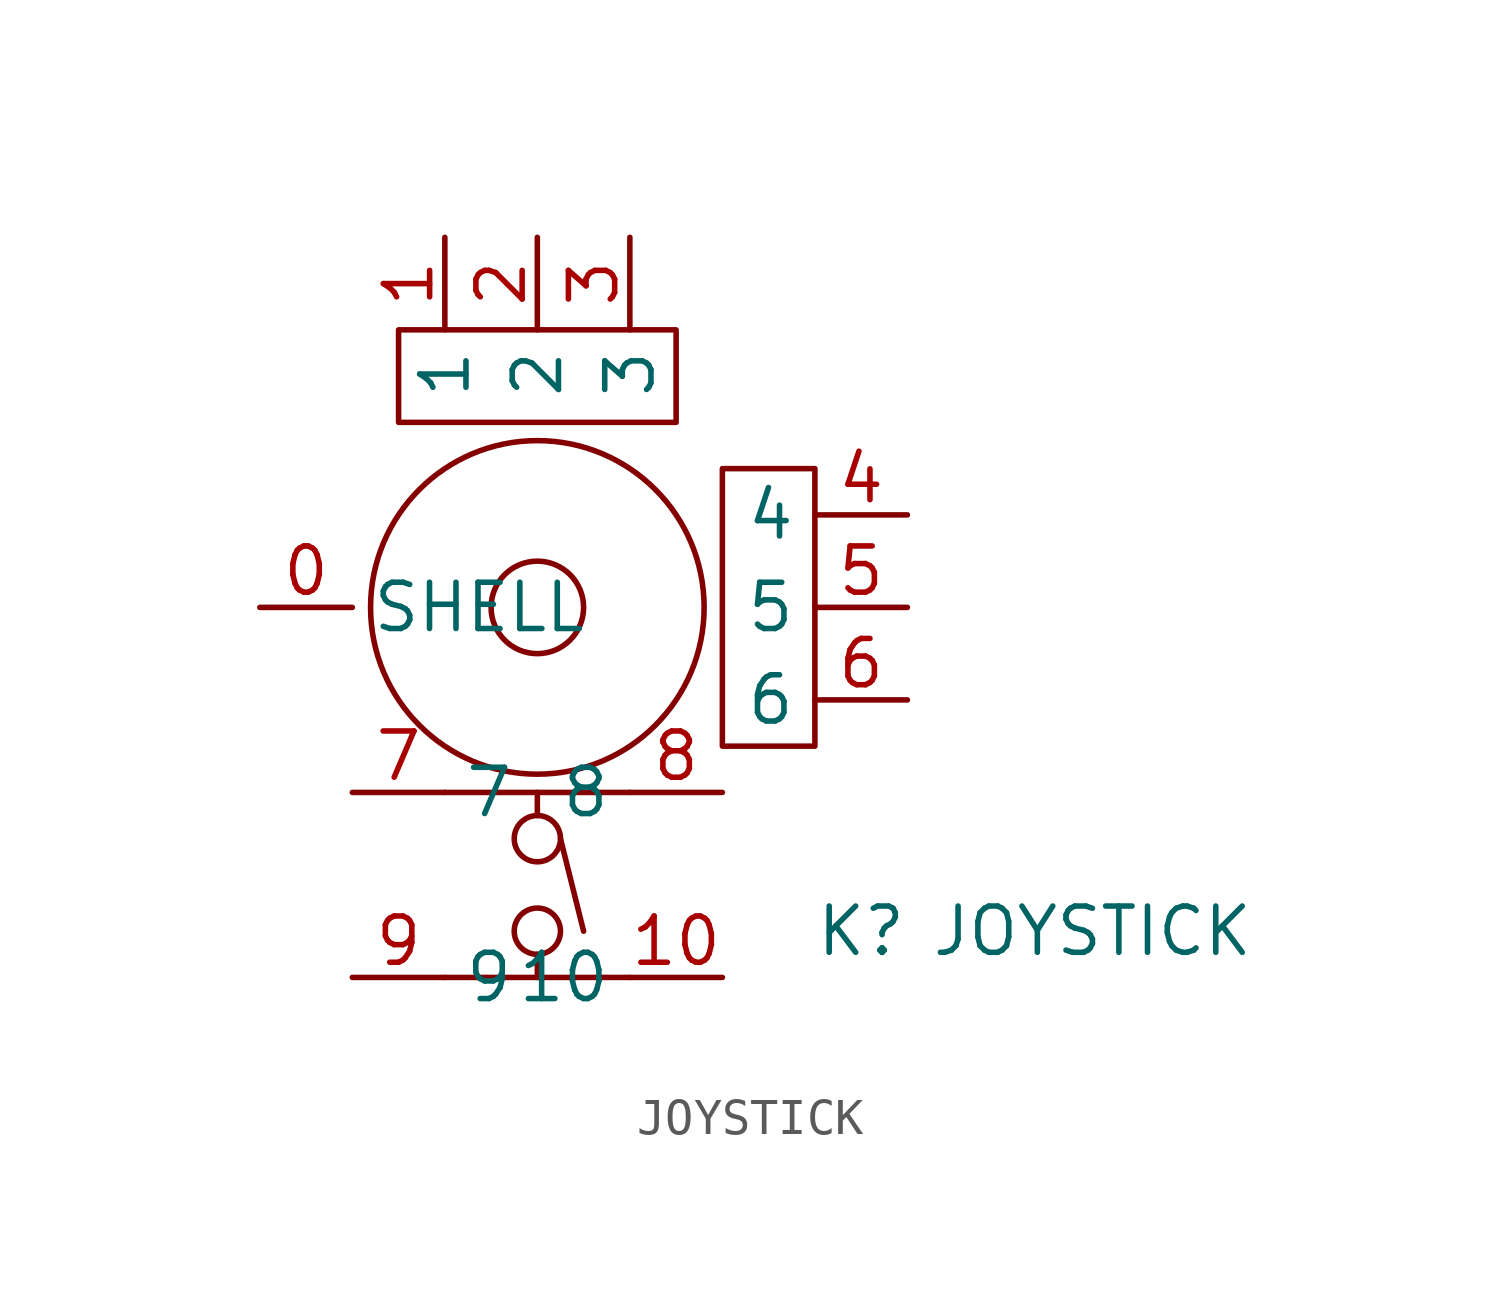
<source format=kicad_sym>
(kicad_symbol_lib
  (version 20220914)
  (generator kicad_symbol_editor)
  (symbol "JOYSTICK"
    (property "Reference" "K"
      (at 8.89 -8.89 0)
      (effects (font (size 1.27 1.27))))
    (property "Value" "JOYSTICK"
      (at 15.24 -8.89 0)
      (effects (font (size 1.27 1.27))))
    (symbol "JOYSTICK_0_1"
      (rectangle (start -3.81 7.62) (end 3.81 5.08) (stroke (width 0) (type default)) (fill (type none)))
      (circle (center 0 -8.89) (radius 0.635) (stroke (width 0) (type default)) (fill (type none)))
      (circle (center 0 -6.35) (radius 0.635) (stroke (width 0) (type default)) (fill (type none)))
      (polyline (pts (xy -2.54 -10.16) (xy 2.54 -10.16)) (stroke (width 0) (type default)) (fill (type none)))
      (polyline (pts (xy -2.54 -5.08) (xy 2.54 -5.08)) (stroke (width 0) (type default)) (fill (type none)))
      (polyline (pts (xy 0 -10.16) (xy 0 -9.525)) (stroke (width 0) (type default)) (fill (type none)))
      (polyline (pts (xy 0 -5.08) (xy 0 -5.715)) (stroke (width 0) (type default)) (fill (type none)))
      (polyline (pts (xy 0.635 -6.35) (xy 1.27 -8.89)) (stroke (width 0) (type default)) (fill (type none)))
      (circle (center 0 0) (radius 1.27) (stroke (width 0) (type default)) (fill (type none)))
      (circle (center 0 0) (radius 4.579) (stroke (width 0) (type default)) (fill (type none)))
      (rectangle (start 5.08 3.81) (end 7.62 -3.81) (stroke (width 0) (type default)) (fill (type none))))
    (symbol "JOYSTICK_1_1"
      (pin bidirectional line (at -7.62 0 0) (length 2.54) (name "SHELL" (effects (font (size 1.27 1.27)))) (number "0" (effects (font (size 1.27 1.27)))))
      (pin bidirectional line (at -2.54 10.16 270) (length 2.54) (name "1" (effects (font (size 1.27 1.27)))) (number "1" (effects (font (size 1.27 1.27)))))
      (pin bidirectional line (at 5.08 -10.16 180) (length 2.54) (name "10" (effects (font (size 1.27 1.27)))) (number "10" (effects (font (size 1.27 1.27)))))
      (pin bidirectional line (at 0 10.16 270) (length 2.54) (name "2" (effects (font (size 1.27 1.27)))) (number "2" (effects (font (size 1.27 1.27)))))
      (pin bidirectional line (at 2.54 10.16 270) (length 2.54) (name "3" (effects (font (size 1.27 1.27)))) (number "3" (effects (font (size 1.27 1.27)))))
      (pin bidirectional line (at 10.16 2.54 180) (length 2.54) (name "4" (effects (font (size 1.27 1.27)))) (number "4" (effects (font (size 1.27 1.27)))))
      (pin bidirectional line (at 10.16 0 180) (length 2.54) (name "5" (effects (font (size 1.27 1.27)))) (number "5" (effects (font (size 1.27 1.27)))))
      (pin bidirectional line (at 10.16 -2.54 180) (length 2.54) (name "6" (effects (font (size 1.27 1.27)))) (number "6" (effects (font (size 1.27 1.27)))))
      (pin bidirectional line (at -5.08 -5.08 0) (length 2.54) (name "7" (effects (font (size 1.27 1.27)))) (number "7" (effects (font (size 1.27 1.27)))))
      (pin bidirectional line (at 5.08 -5.08 180) (length 2.54) (name "8" (effects (font (size 1.27 1.27)))) (number "8" (effects (font (size 1.27 1.27)))))
      (pin bidirectional line (at -5.08 -10.16 0) (length 2.54) (name "9" (effects (font (size 1.27 1.27)))) (number "9" (effects (font (size 1.27 1.27))))))))
</source>
